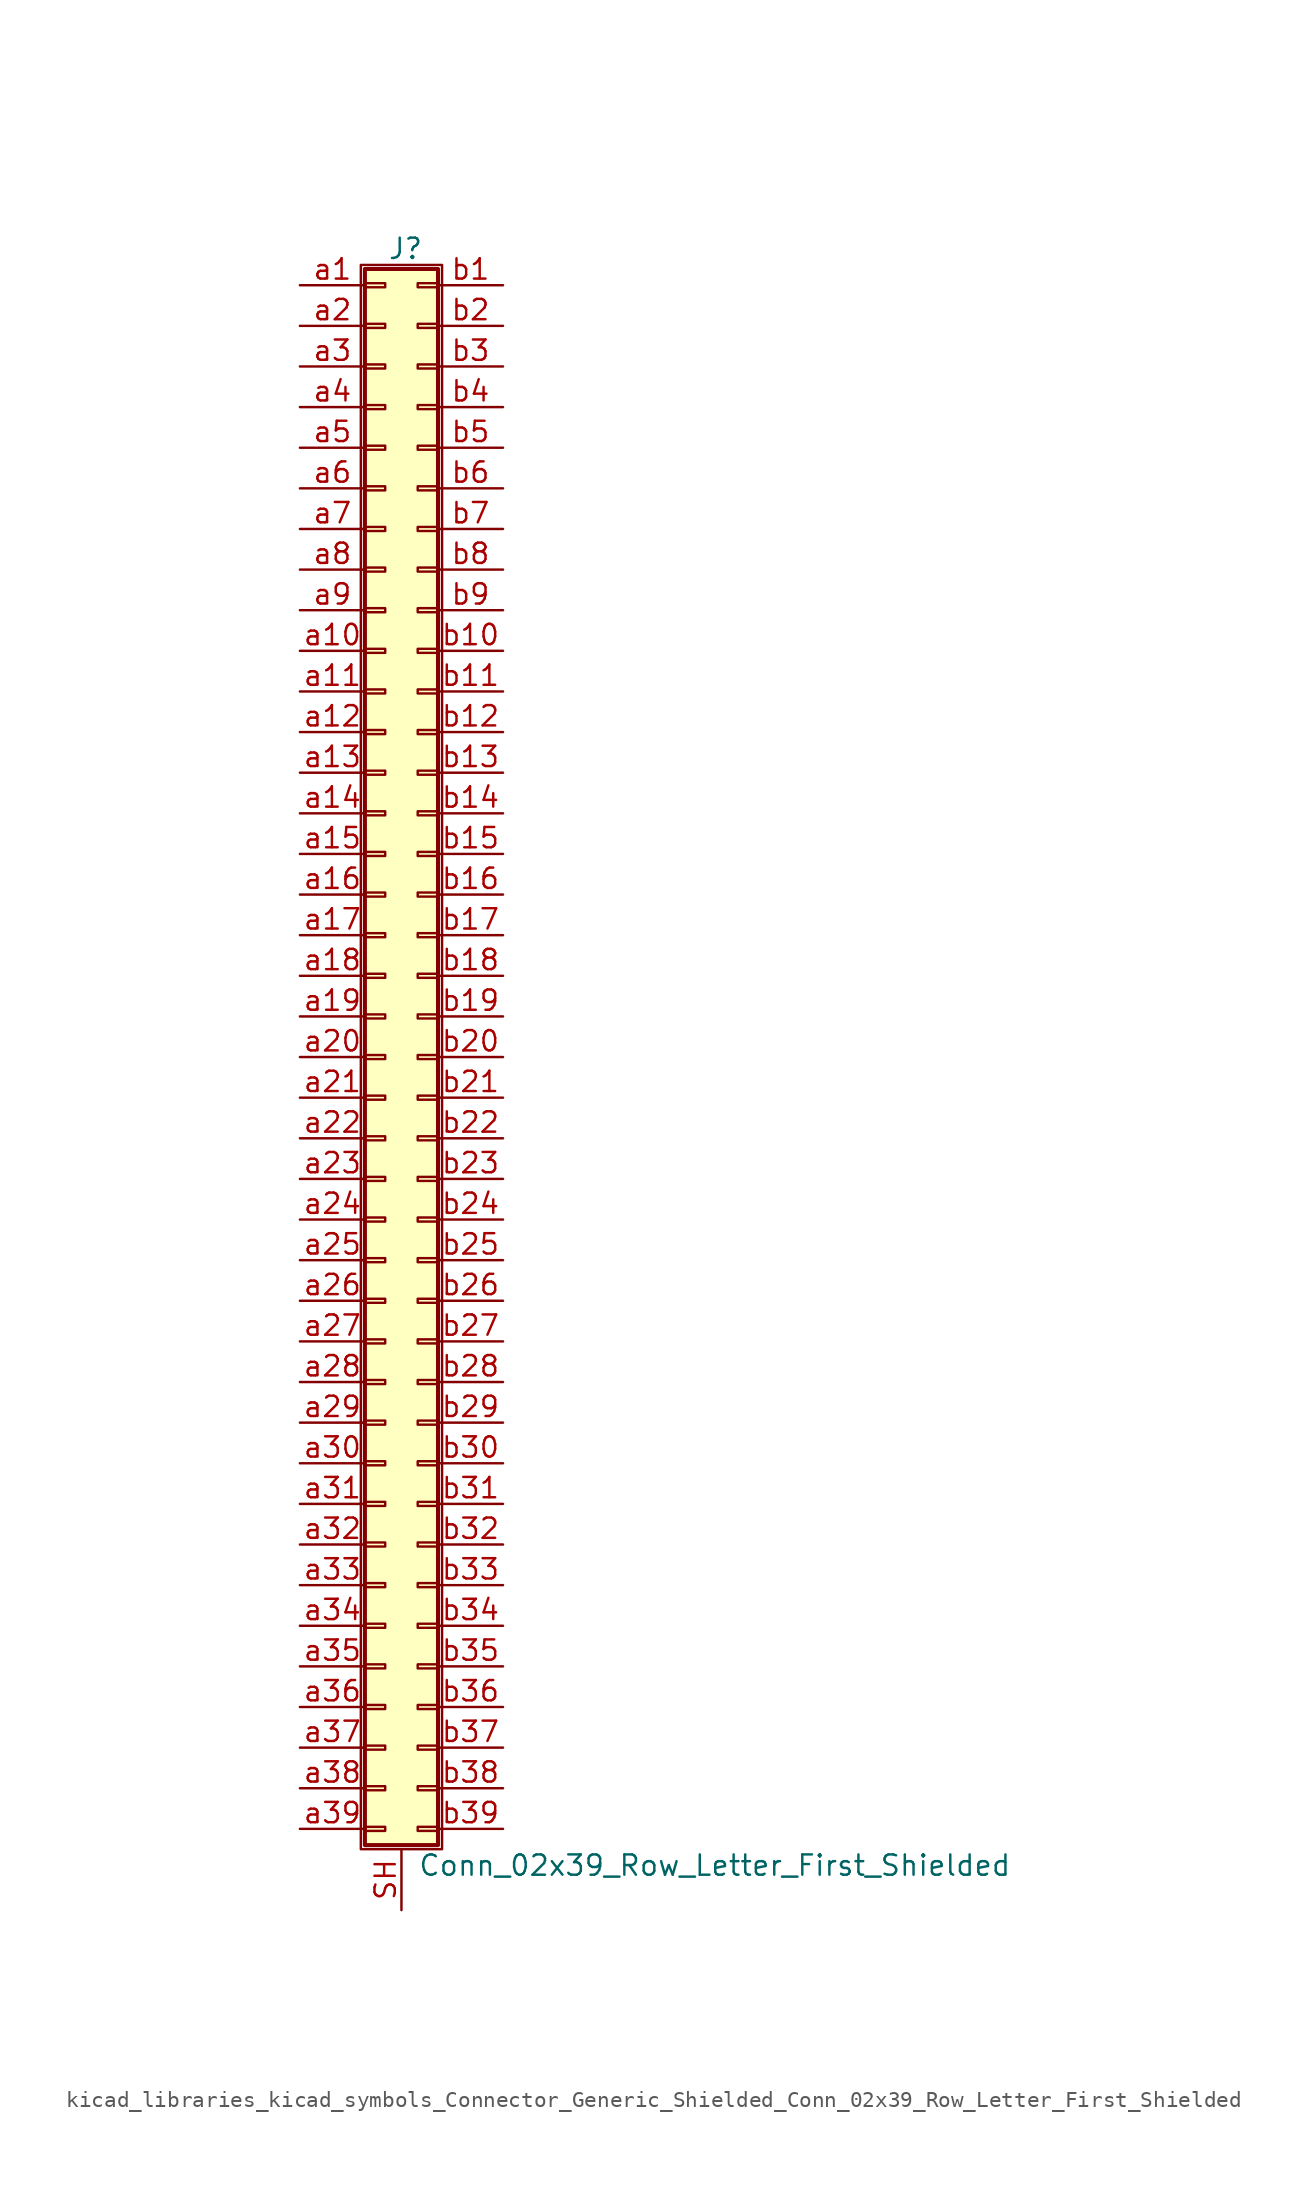
<source format=kicad_sym>
(kicad_symbol_lib
  (version 20220914)
  (generator kicad_symbol_editor)
  (symbol "kicad_libraries_kicad_symbols_Connector_Generic_Shielded_Conn_02x39_Row_Letter_First_Shielded"
    (pin_names
      (offset 1.016) hide)
    (property "Reference" "J"
      (at 1.524 50.546 0)
      (effects (font (size 1.27 1.27))))
    (property "Value" "Conn_02x39_Row_Letter_First_Shielded"
      (at 2.286 -50.546 0)
      (effects (font (size 1.27 1.27)) (justify left)))
    (symbol "kicad_libraries_kicad_symbols_Connector_Generic_Shielded_Conn_02x39_Row_Letter_First_Shielded_1_1"
      (rectangle (start -1.27 49.53) (end 3.81 -49.53) (stroke (width 0.152) (type default)) (fill (type none)))
      (rectangle (start -1.016 -48.133) (end 0.254 -48.387) (stroke (width 0.152) (type default)) (fill (type none)))
      (rectangle (start -1.016 -45.593) (end 0.254 -45.847) (stroke (width 0.152) (type default)) (fill (type none)))
      (rectangle (start -1.016 -43.053) (end 0.254 -43.307) (stroke (width 0.152) (type default)) (fill (type none)))
      (rectangle (start -1.016 -40.513) (end 0.254 -40.767) (stroke (width 0.152) (type default)) (fill (type none)))
      (rectangle (start -1.016 -37.973) (end 0.254 -38.227) (stroke (width 0.152) (type default)) (fill (type none)))
      (rectangle (start -1.016 -35.433) (end 0.254 -35.687) (stroke (width 0.152) (type default)) (fill (type none)))
      (rectangle (start -1.016 -32.893) (end 0.254 -33.147) (stroke (width 0.152) (type default)) (fill (type none)))
      (rectangle (start -1.016 -30.353) (end 0.254 -30.607) (stroke (width 0.152) (type default)) (fill (type none)))
      (rectangle (start -1.016 -27.813) (end 0.254 -28.067) (stroke (width 0.152) (type default)) (fill (type none)))
      (rectangle (start -1.016 -25.273) (end 0.254 -25.527) (stroke (width 0.152) (type default)) (fill (type none)))
      (rectangle (start -1.016 -22.733) (end 0.254 -22.987) (stroke (width 0.152) (type default)) (fill (type none)))
      (rectangle (start -1.016 -20.193) (end 0.254 -20.447) (stroke (width 0.152) (type default)) (fill (type none)))
      (rectangle (start -1.016 -17.653) (end 0.254 -17.907) (stroke (width 0.152) (type default)) (fill (type none)))
      (rectangle (start -1.016 -15.113) (end 0.254 -15.367) (stroke (width 0.152) (type default)) (fill (type none)))
      (rectangle (start -1.016 -12.573) (end 0.254 -12.827) (stroke (width 0.152) (type default)) (fill (type none)))
      (rectangle (start -1.016 -10.033) (end 0.254 -10.287) (stroke (width 0.152) (type default)) (fill (type none)))
      (rectangle (start -1.016 -7.493) (end 0.254 -7.747) (stroke (width 0.152) (type default)) (fill (type none)))
      (rectangle (start -1.016 -4.953) (end 0.254 -5.207) (stroke (width 0.152) (type default)) (fill (type none)))
      (rectangle (start -1.016 -2.413) (end 0.254 -2.667) (stroke (width 0.152) (type default)) (fill (type none)))
      (rectangle (start -1.016 0.127) (end 0.254 -0.127) (stroke (width 0.152) (type default)) (fill (type none)))
      (rectangle (start -1.016 2.667) (end 0.254 2.413) (stroke (width 0.152) (type default)) (fill (type none)))
      (rectangle (start -1.016 5.207) (end 0.254 4.953) (stroke (width 0.152) (type default)) (fill (type none)))
      (rectangle (start -1.016 7.747) (end 0.254 7.493) (stroke (width 0.152) (type default)) (fill (type none)))
      (rectangle (start -1.016 10.287) (end 0.254 10.033) (stroke (width 0.152) (type default)) (fill (type none)))
      (rectangle (start -1.016 12.827) (end 0.254 12.573) (stroke (width 0.152) (type default)) (fill (type none)))
      (rectangle (start -1.016 15.367) (end 0.254 15.113) (stroke (width 0.152) (type default)) (fill (type none)))
      (rectangle (start -1.016 17.907) (end 0.254 17.653) (stroke (width 0.152) (type default)) (fill (type none)))
      (rectangle (start -1.016 20.447) (end 0.254 20.193) (stroke (width 0.152) (type default)) (fill (type none)))
      (rectangle (start -1.016 22.987) (end 0.254 22.733) (stroke (width 0.152) (type default)) (fill (type none)))
      (rectangle (start -1.016 25.527) (end 0.254 25.273) (stroke (width 0.152) (type default)) (fill (type none)))
      (rectangle (start -1.016 28.067) (end 0.254 27.813) (stroke (width 0.152) (type default)) (fill (type none)))
      (rectangle (start -1.016 30.607) (end 0.254 30.353) (stroke (width 0.152) (type default)) (fill (type none)))
      (rectangle (start -1.016 33.147) (end 0.254 32.893) (stroke (width 0.152) (type default)) (fill (type none)))
      (rectangle (start -1.016 35.687) (end 0.254 35.433) (stroke (width 0.152) (type default)) (fill (type none)))
      (rectangle (start -1.016 38.227) (end 0.254 37.973) (stroke (width 0.152) (type default)) (fill (type none)))
      (rectangle (start -1.016 40.767) (end 0.254 40.513) (stroke (width 0.152) (type default)) (fill (type none)))
      (rectangle (start -1.016 43.307) (end 0.254 43.053) (stroke (width 0.152) (type default)) (fill (type none)))
      (rectangle (start -1.016 45.847) (end 0.254 45.593) (stroke (width 0.152) (type default)) (fill (type none)))
      (rectangle (start -1.016 48.387) (end 0.254 48.133) (stroke (width 0.152) (type default)) (fill (type none)))
      (rectangle (start -1.016 49.276) (end 3.556 -49.276) (stroke (width 0.254) (type default)) (fill (type background)))
      (rectangle (start 3.556 -48.133) (end 2.286 -48.387) (stroke (width 0.152) (type default)) (fill (type none)))
      (rectangle (start 3.556 -45.593) (end 2.286 -45.847) (stroke (width 0.152) (type default)) (fill (type none)))
      (rectangle (start 3.556 -43.053) (end 2.286 -43.307) (stroke (width 0.152) (type default)) (fill (type none)))
      (rectangle (start 3.556 -40.513) (end 2.286 -40.767) (stroke (width 0.152) (type default)) (fill (type none)))
      (rectangle (start 3.556 -37.973) (end 2.286 -38.227) (stroke (width 0.152) (type default)) (fill (type none)))
      (rectangle (start 3.556 -35.433) (end 2.286 -35.687) (stroke (width 0.152) (type default)) (fill (type none)))
      (rectangle (start 3.556 -32.893) (end 2.286 -33.147) (stroke (width 0.152) (type default)) (fill (type none)))
      (rectangle (start 3.556 -30.353) (end 2.286 -30.607) (stroke (width 0.152) (type default)) (fill (type none)))
      (rectangle (start 3.556 -27.813) (end 2.286 -28.067) (stroke (width 0.152) (type default)) (fill (type none)))
      (rectangle (start 3.556 -25.273) (end 2.286 -25.527) (stroke (width 0.152) (type default)) (fill (type none)))
      (rectangle (start 3.556 -22.733) (end 2.286 -22.987) (stroke (width 0.152) (type default)) (fill (type none)))
      (rectangle (start 3.556 -20.193) (end 2.286 -20.447) (stroke (width 0.152) (type default)) (fill (type none)))
      (rectangle (start 3.556 -17.653) (end 2.286 -17.907) (stroke (width 0.152) (type default)) (fill (type none)))
      (rectangle (start 3.556 -15.113) (end 2.286 -15.367) (stroke (width 0.152) (type default)) (fill (type none)))
      (rectangle (start 3.556 -12.573) (end 2.286 -12.827) (stroke (width 0.152) (type default)) (fill (type none)))
      (rectangle (start 3.556 -10.033) (end 2.286 -10.287) (stroke (width 0.152) (type default)) (fill (type none)))
      (rectangle (start 3.556 -7.493) (end 2.286 -7.747) (stroke (width 0.152) (type default)) (fill (type none)))
      (rectangle (start 3.556 -4.953) (end 2.286 -5.207) (stroke (width 0.152) (type default)) (fill (type none)))
      (rectangle (start 3.556 -2.413) (end 2.286 -2.667) (stroke (width 0.152) (type default)) (fill (type none)))
      (rectangle (start 3.556 0.127) (end 2.286 -0.127) (stroke (width 0.152) (type default)) (fill (type none)))
      (rectangle (start 3.556 2.667) (end 2.286 2.413) (stroke (width 0.152) (type default)) (fill (type none)))
      (rectangle (start 3.556 5.207) (end 2.286 4.953) (stroke (width 0.152) (type default)) (fill (type none)))
      (rectangle (start 3.556 7.747) (end 2.286 7.493) (stroke (width 0.152) (type default)) (fill (type none)))
      (rectangle (start 3.556 10.287) (end 2.286 10.033) (stroke (width 0.152) (type default)) (fill (type none)))
      (rectangle (start 3.556 12.827) (end 2.286 12.573) (stroke (width 0.152) (type default)) (fill (type none)))
      (rectangle (start 3.556 15.367) (end 2.286 15.113) (stroke (width 0.152) (type default)) (fill (type none)))
      (rectangle (start 3.556 17.907) (end 2.286 17.653) (stroke (width 0.152) (type default)) (fill (type none)))
      (rectangle (start 3.556 20.447) (end 2.286 20.193) (stroke (width 0.152) (type default)) (fill (type none)))
      (rectangle (start 3.556 22.987) (end 2.286 22.733) (stroke (width 0.152) (type default)) (fill (type none)))
      (rectangle (start 3.556 25.527) (end 2.286 25.273) (stroke (width 0.152) (type default)) (fill (type none)))
      (rectangle (start 3.556 28.067) (end 2.286 27.813) (stroke (width 0.152) (type default)) (fill (type none)))
      (rectangle (start 3.556 30.607) (end 2.286 30.353) (stroke (width 0.152) (type default)) (fill (type none)))
      (rectangle (start 3.556 33.147) (end 2.286 32.893) (stroke (width 0.152) (type default)) (fill (type none)))
      (rectangle (start 3.556 35.687) (end 2.286 35.433) (stroke (width 0.152) (type default)) (fill (type none)))
      (rectangle (start 3.556 38.227) (end 2.286 37.973) (stroke (width 0.152) (type default)) (fill (type none)))
      (rectangle (start 3.556 40.767) (end 2.286 40.513) (stroke (width 0.152) (type default)) (fill (type none)))
      (rectangle (start 3.556 43.307) (end 2.286 43.053) (stroke (width 0.152) (type default)) (fill (type none)))
      (rectangle (start 3.556 45.847) (end 2.286 45.593) (stroke (width 0.152) (type default)) (fill (type none)))
      (rectangle (start 3.556 48.387) (end 2.286 48.133) (stroke (width 0.152) (type default)) (fill (type none)))
      (pin passive line (at 1.27 -53.34 90) (length 3.81) (name "Shield" (effects (font (size 1.27 1.27)))) (number "SH" (effects (font (size 1.27 1.27)))))
      (pin passive line (at -5.08 48.26 0) (length 4.064) (name "Pin_a1" (effects (font (size 1.27 1.27)))) (number "a1" (effects (font (size 1.27 1.27)))))
      (pin passive line (at -5.08 25.4 0) (length 4.064) (name "Pin_a10" (effects (font (size 1.27 1.27)))) (number "a10" (effects (font (size 1.27 1.27)))))
      (pin passive line (at -5.08 22.86 0) (length 4.064) (name "Pin_a11" (effects (font (size 1.27 1.27)))) (number "a11" (effects (font (size 1.27 1.27)))))
      (pin passive line (at -5.08 20.32 0) (length 4.064) (name "Pin_a12" (effects (font (size 1.27 1.27)))) (number "a12" (effects (font (size 1.27 1.27)))))
      (pin passive line (at -5.08 17.78 0) (length 4.064) (name "Pin_a13" (effects (font (size 1.27 1.27)))) (number "a13" (effects (font (size 1.27 1.27)))))
      (pin passive line (at -5.08 15.24 0) (length 4.064) (name "Pin_a14" (effects (font (size 1.27 1.27)))) (number "a14" (effects (font (size 1.27 1.27)))))
      (pin passive line (at -5.08 12.7 0) (length 4.064) (name "Pin_a15" (effects (font (size 1.27 1.27)))) (number "a15" (effects (font (size 1.27 1.27)))))
      (pin passive line (at -5.08 10.16 0) (length 4.064) (name "Pin_a16" (effects (font (size 1.27 1.27)))) (number "a16" (effects (font (size 1.27 1.27)))))
      (pin passive line (at -5.08 7.62 0) (length 4.064) (name "Pin_a17" (effects (font (size 1.27 1.27)))) (number "a17" (effects (font (size 1.27 1.27)))))
      (pin passive line (at -5.08 5.08 0) (length 4.064) (name "Pin_a18" (effects (font (size 1.27 1.27)))) (number "a18" (effects (font (size 1.27 1.27)))))
      (pin passive line (at -5.08 2.54 0) (length 4.064) (name "Pin_a19" (effects (font (size 1.27 1.27)))) (number "a19" (effects (font (size 1.27 1.27)))))
      (pin passive line (at -5.08 45.72 0) (length 4.064) (name "Pin_a2" (effects (font (size 1.27 1.27)))) (number "a2" (effects (font (size 1.27 1.27)))))
      (pin passive line (at -5.08 0 0) (length 4.064) (name "Pin_a20" (effects (font (size 1.27 1.27)))) (number "a20" (effects (font (size 1.27 1.27)))))
      (pin passive line (at -5.08 -2.54 0) (length 4.064) (name "Pin_a21" (effects (font (size 1.27 1.27)))) (number "a21" (effects (font (size 1.27 1.27)))))
      (pin passive line (at -5.08 -5.08 0) (length 4.064) (name "Pin_a22" (effects (font (size 1.27 1.27)))) (number "a22" (effects (font (size 1.27 1.27)))))
      (pin passive line (at -5.08 -7.62 0) (length 4.064) (name "Pin_a23" (effects (font (size 1.27 1.27)))) (number "a23" (effects (font (size 1.27 1.27)))))
      (pin passive line (at -5.08 -10.16 0) (length 4.064) (name "Pin_a24" (effects (font (size 1.27 1.27)))) (number "a24" (effects (font (size 1.27 1.27)))))
      (pin passive line (at -5.08 -12.7 0) (length 4.064) (name "Pin_a25" (effects (font (size 1.27 1.27)))) (number "a25" (effects (font (size 1.27 1.27)))))
      (pin passive line (at -5.08 -15.24 0) (length 4.064) (name "Pin_a26" (effects (font (size 1.27 1.27)))) (number "a26" (effects (font (size 1.27 1.27)))))
      (pin passive line (at -5.08 -17.78 0) (length 4.064) (name "Pin_a27" (effects (font (size 1.27 1.27)))) (number "a27" (effects (font (size 1.27 1.27)))))
      (pin passive line (at -5.08 -20.32 0) (length 4.064) (name "Pin_a28" (effects (font (size 1.27 1.27)))) (number "a28" (effects (font (size 1.27 1.27)))))
      (pin passive line (at -5.08 -22.86 0) (length 4.064) (name "Pin_a29" (effects (font (size 1.27 1.27)))) (number "a29" (effects (font (size 1.27 1.27)))))
      (pin passive line (at -5.08 43.18 0) (length 4.064) (name "Pin_a3" (effects (font (size 1.27 1.27)))) (number "a3" (effects (font (size 1.27 1.27)))))
      (pin passive line (at -5.08 -25.4 0) (length 4.064) (name "Pin_a30" (effects (font (size 1.27 1.27)))) (number "a30" (effects (font (size 1.27 1.27)))))
      (pin passive line (at -5.08 -27.94 0) (length 4.064) (name "Pin_a31" (effects (font (size 1.27 1.27)))) (number "a31" (effects (font (size 1.27 1.27)))))
      (pin passive line (at -5.08 -30.48 0) (length 4.064) (name "Pin_a32" (effects (font (size 1.27 1.27)))) (number "a32" (effects (font (size 1.27 1.27)))))
      (pin passive line (at -5.08 -33.02 0) (length 4.064) (name "Pin_a33" (effects (font (size 1.27 1.27)))) (number "a33" (effects (font (size 1.27 1.27)))))
      (pin passive line (at -5.08 -35.56 0) (length 4.064) (name "Pin_a34" (effects (font (size 1.27 1.27)))) (number "a34" (effects (font (size 1.27 1.27)))))
      (pin passive line (at -5.08 -38.1 0) (length 4.064) (name "Pin_a35" (effects (font (size 1.27 1.27)))) (number "a35" (effects (font (size 1.27 1.27)))))
      (pin passive line (at -5.08 -40.64 0) (length 4.064) (name "Pin_a36" (effects (font (size 1.27 1.27)))) (number "a36" (effects (font (size 1.27 1.27)))))
      (pin passive line (at -5.08 -43.18 0) (length 4.064) (name "Pin_a37" (effects (font (size 1.27 1.27)))) (number "a37" (effects (font (size 1.27 1.27)))))
      (pin passive line (at -5.08 -45.72 0) (length 4.064) (name "Pin_a38" (effects (font (size 1.27 1.27)))) (number "a38" (effects (font (size 1.27 1.27)))))
      (pin passive line (at -5.08 -48.26 0) (length 4.064) (name "Pin_a39" (effects (font (size 1.27 1.27)))) (number "a39" (effects (font (size 1.27 1.27)))))
      (pin passive line (at -5.08 40.64 0) (length 4.064) (name "Pin_a4" (effects (font (size 1.27 1.27)))) (number "a4" (effects (font (size 1.27 1.27)))))
      (pin passive line (at -5.08 38.1 0) (length 4.064) (name "Pin_a5" (effects (font (size 1.27 1.27)))) (number "a5" (effects (font (size 1.27 1.27)))))
      (pin passive line (at -5.08 35.56 0) (length 4.064) (name "Pin_a6" (effects (font (size 1.27 1.27)))) (number "a6" (effects (font (size 1.27 1.27)))))
      (pin passive line (at -5.08 33.02 0) (length 4.064) (name "Pin_a7" (effects (font (size 1.27 1.27)))) (number "a7" (effects (font (size 1.27 1.27)))))
      (pin passive line (at -5.08 30.48 0) (length 4.064) (name "Pin_a8" (effects (font (size 1.27 1.27)))) (number "a8" (effects (font (size 1.27 1.27)))))
      (pin passive line (at -5.08 27.94 0) (length 4.064) (name "Pin_a9" (effects (font (size 1.27 1.27)))) (number "a9" (effects (font (size 1.27 1.27)))))
      (pin passive line (at 7.62 48.26 180) (length 4.064) (name "Pin_b1" (effects (font (size 1.27 1.27)))) (number "b1" (effects (font (size 1.27 1.27)))))
      (pin passive line (at 7.62 25.4 180) (length 4.064) (name "Pin_b10" (effects (font (size 1.27 1.27)))) (number "b10" (effects (font (size 1.27 1.27)))))
      (pin passive line (at 7.62 22.86 180) (length 4.064) (name "Pin_b11" (effects (font (size 1.27 1.27)))) (number "b11" (effects (font (size 1.27 1.27)))))
      (pin passive line (at 7.62 20.32 180) (length 4.064) (name "Pin_b12" (effects (font (size 1.27 1.27)))) (number "b12" (effects (font (size 1.27 1.27)))))
      (pin passive line (at 7.62 17.78 180) (length 4.064) (name "Pin_b13" (effects (font (size 1.27 1.27)))) (number "b13" (effects (font (size 1.27 1.27)))))
      (pin passive line (at 7.62 15.24 180) (length 4.064) (name "Pin_b14" (effects (font (size 1.27 1.27)))) (number "b14" (effects (font (size 1.27 1.27)))))
      (pin passive line (at 7.62 12.7 180) (length 4.064) (name "Pin_b15" (effects (font (size 1.27 1.27)))) (number "b15" (effects (font (size 1.27 1.27)))))
      (pin passive line (at 7.62 10.16 180) (length 4.064) (name "Pin_b16" (effects (font (size 1.27 1.27)))) (number "b16" (effects (font (size 1.27 1.27)))))
      (pin passive line (at 7.62 7.62 180) (length 4.064) (name "Pin_b17" (effects (font (size 1.27 1.27)))) (number "b17" (effects (font (size 1.27 1.27)))))
      (pin passive line (at 7.62 5.08 180) (length 4.064) (name "Pin_b18" (effects (font (size 1.27 1.27)))) (number "b18" (effects (font (size 1.27 1.27)))))
      (pin passive line (at 7.62 2.54 180) (length 4.064) (name "Pin_b19" (effects (font (size 1.27 1.27)))) (number "b19" (effects (font (size 1.27 1.27)))))
      (pin passive line (at 7.62 45.72 180) (length 4.064) (name "Pin_b2" (effects (font (size 1.27 1.27)))) (number "b2" (effects (font (size 1.27 1.27)))))
      (pin passive line (at 7.62 0 180) (length 4.064) (name "Pin_b20" (effects (font (size 1.27 1.27)))) (number "b20" (effects (font (size 1.27 1.27)))))
      (pin passive line (at 7.62 -2.54 180) (length 4.064) (name "Pin_b21" (effects (font (size 1.27 1.27)))) (number "b21" (effects (font (size 1.27 1.27)))))
      (pin passive line (at 7.62 -5.08 180) (length 4.064) (name "Pin_b22" (effects (font (size 1.27 1.27)))) (number "b22" (effects (font (size 1.27 1.27)))))
      (pin passive line (at 7.62 -7.62 180) (length 4.064) (name "Pin_b23" (effects (font (size 1.27 1.27)))) (number "b23" (effects (font (size 1.27 1.27)))))
      (pin passive line (at 7.62 -10.16 180) (length 4.064) (name "Pin_b24" (effects (font (size 1.27 1.27)))) (number "b24" (effects (font (size 1.27 1.27)))))
      (pin passive line (at 7.62 -12.7 180) (length 4.064) (name "Pin_b25" (effects (font (size 1.27 1.27)))) (number "b25" (effects (font (size 1.27 1.27)))))
      (pin passive line (at 7.62 -15.24 180) (length 4.064) (name "Pin_b26" (effects (font (size 1.27 1.27)))) (number "b26" (effects (font (size 1.27 1.27)))))
      (pin passive line (at 7.62 -17.78 180) (length 4.064) (name "Pin_b27" (effects (font (size 1.27 1.27)))) (number "b27" (effects (font (size 1.27 1.27)))))
      (pin passive line (at 7.62 -20.32 180) (length 4.064) (name "Pin_b28" (effects (font (size 1.27 1.27)))) (number "b28" (effects (font (size 1.27 1.27)))))
      (pin passive line (at 7.62 -22.86 180) (length 4.064) (name "Pin_b29" (effects (font (size 1.27 1.27)))) (number "b29" (effects (font (size 1.27 1.27)))))
      (pin passive line (at 7.62 43.18 180) (length 4.064) (name "Pin_b3" (effects (font (size 1.27 1.27)))) (number "b3" (effects (font (size 1.27 1.27)))))
      (pin passive line (at 7.62 -25.4 180) (length 4.064) (name "Pin_b30" (effects (font (size 1.27 1.27)))) (number "b30" (effects (font (size 1.27 1.27)))))
      (pin passive line (at 7.62 -27.94 180) (length 4.064) (name "Pin_b31" (effects (font (size 1.27 1.27)))) (number "b31" (effects (font (size 1.27 1.27)))))
      (pin passive line (at 7.62 -30.48 180) (length 4.064) (name "Pin_b32" (effects (font (size 1.27 1.27)))) (number "b32" (effects (font (size 1.27 1.27)))))
      (pin passive line (at 7.62 -33.02 180) (length 4.064) (name "Pin_b33" (effects (font (size 1.27 1.27)))) (number "b33" (effects (font (size 1.27 1.27)))))
      (pin passive line (at 7.62 -35.56 180) (length 4.064) (name "Pin_b34" (effects (font (size 1.27 1.27)))) (number "b34" (effects (font (size 1.27 1.27)))))
      (pin passive line (at 7.62 -38.1 180) (length 4.064) (name "Pin_b35" (effects (font (size 1.27 1.27)))) (number "b35" (effects (font (size 1.27 1.27)))))
      (pin passive line (at 7.62 -40.64 180) (length 4.064) (name "Pin_b36" (effects (font (size 1.27 1.27)))) (number "b36" (effects (font (size 1.27 1.27)))))
      (pin passive line (at 7.62 -43.18 180) (length 4.064) (name "Pin_b37" (effects (font (size 1.27 1.27)))) (number "b37" (effects (font (size 1.27 1.27)))))
      (pin passive line (at 7.62 -45.72 180) (length 4.064) (name "Pin_b38" (effects (font (size 1.27 1.27)))) (number "b38" (effects (font (size 1.27 1.27)))))
      (pin passive line (at 7.62 -48.26 180) (length 4.064) (name "Pin_b39" (effects (font (size 1.27 1.27)))) (number "b39" (effects (font (size 1.27 1.27)))))
      (pin passive line (at 7.62 40.64 180) (length 4.064) (name "Pin_b4" (effects (font (size 1.27 1.27)))) (number "b4" (effects (font (size 1.27 1.27)))))
      (pin passive line (at 7.62 38.1 180) (length 4.064) (name "Pin_b5" (effects (font (size 1.27 1.27)))) (number "b5" (effects (font (size 1.27 1.27)))))
      (pin passive line (at 7.62 35.56 180) (length 4.064) (name "Pin_b6" (effects (font (size 1.27 1.27)))) (number "b6" (effects (font (size 1.27 1.27)))))
      (pin passive line (at 7.62 33.02 180) (length 4.064) (name "Pin_b7" (effects (font (size 1.27 1.27)))) (number "b7" (effects (font (size 1.27 1.27)))))
      (pin passive line (at 7.62 30.48 180) (length 4.064) (name "Pin_b8" (effects (font (size 1.27 1.27)))) (number "b8" (effects (font (size 1.27 1.27)))))
      (pin passive line (at 7.62 27.94 180) (length 4.064) (name "Pin_b9" (effects (font (size 1.27 1.27)))) (number "b9" (effects (font (size 1.27 1.27))))))))
</source>
